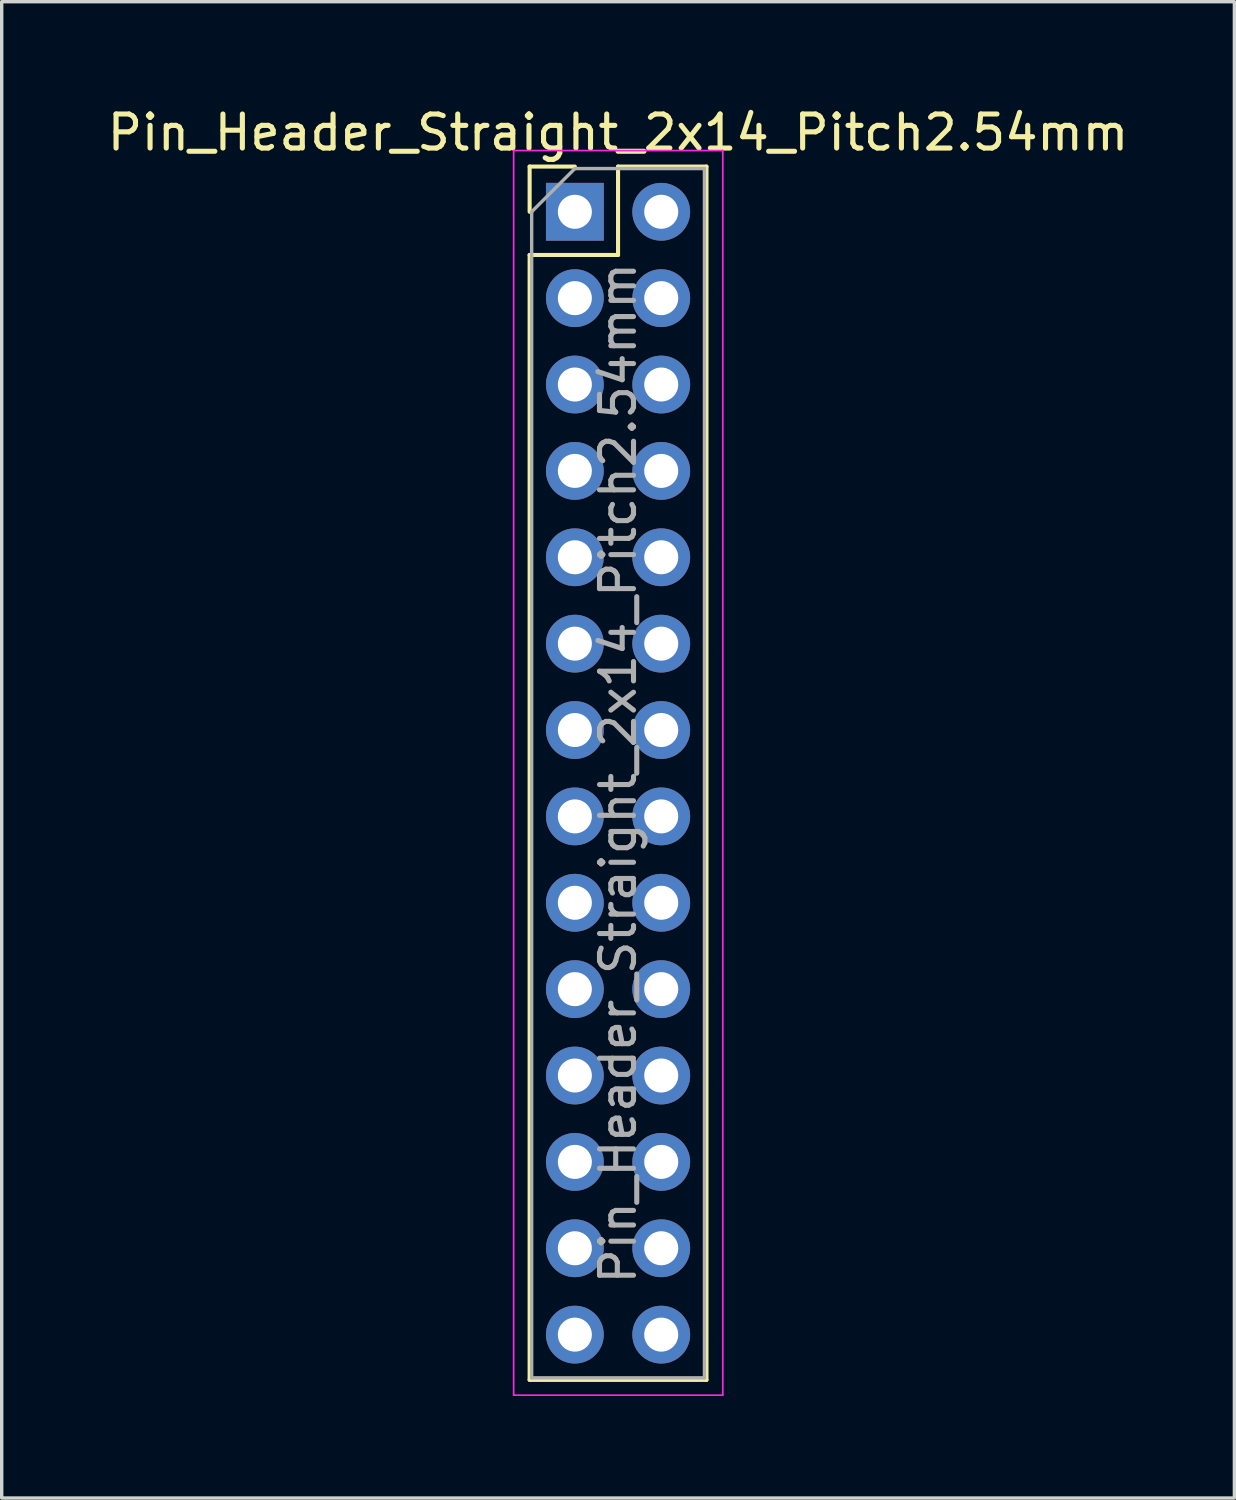
<source format=kicad_pcb>
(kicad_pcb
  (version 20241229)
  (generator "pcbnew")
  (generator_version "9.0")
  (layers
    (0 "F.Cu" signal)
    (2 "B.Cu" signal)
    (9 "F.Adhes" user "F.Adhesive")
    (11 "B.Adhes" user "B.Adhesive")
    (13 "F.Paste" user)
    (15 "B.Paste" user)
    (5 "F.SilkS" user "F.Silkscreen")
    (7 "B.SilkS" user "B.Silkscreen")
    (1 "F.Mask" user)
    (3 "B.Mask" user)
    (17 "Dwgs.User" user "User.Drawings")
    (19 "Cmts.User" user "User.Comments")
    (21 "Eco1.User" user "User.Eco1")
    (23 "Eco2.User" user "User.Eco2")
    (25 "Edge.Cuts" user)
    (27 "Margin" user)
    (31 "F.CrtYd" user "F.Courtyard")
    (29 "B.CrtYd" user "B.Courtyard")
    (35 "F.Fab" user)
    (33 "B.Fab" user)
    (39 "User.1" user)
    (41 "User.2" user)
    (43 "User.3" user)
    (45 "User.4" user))
  (footprint "Pin_Header_Straight_2x14_Pitch2.54mm"
    (layer "F.Cu")
    (at 13.855 3.178)
    (property "Reference" "Pin_Header_Straight_2x14_Pitch2.54mm" (at 1.27 -2.33 0) (layer "F.SilkS") (effects (font (size 1 1) (thickness 0.15))))
    (attr through_hole)
    (fp_line (start -1.33 -1.33) (end 0 -1.33) (stroke (width 0.12) (type solid)) (layer "F.SilkS"))
    (fp_line (start -1.33 0) (end -1.33 -1.33) (stroke (width 0.12) (type solid)) (layer "F.SilkS"))
    (fp_line (start -1.33 1.27) (end -1.33 34.35) (stroke (width 0.12) (type solid)) (layer "F.SilkS"))
    (fp_line (start -1.33 1.27) (end 1.27 1.27) (stroke (width 0.12) (type solid)) (layer "F.SilkS"))
    (fp_line (start -1.33 34.35) (end 3.87 34.35) (stroke (width 0.12) (type solid)) (layer "F.SilkS"))
    (fp_line (start 1.27 -1.33) (end 3.87 -1.33) (stroke (width 0.12) (type solid)) (layer "F.SilkS"))
    (fp_line (start 1.27 1.27) (end 1.27 -1.33) (stroke (width 0.12) (type solid)) (layer "F.SilkS"))
    (fp_line (start 3.87 -1.33) (end 3.87 34.35) (stroke (width 0.12) (type solid)) (layer "F.SilkS"))
    (fp_line (start -1.8 -1.8) (end -1.8 34.8) (stroke (width 0.05) (type solid)) (layer "F.CrtYd"))
    (fp_line (start -1.8 34.8) (end 4.35 34.8) (stroke (width 0.05) (type solid)) (layer "F.CrtYd"))
    (fp_line (start 4.35 -1.8) (end -1.8 -1.8) (stroke (width 0.05) (type solid)) (layer "F.CrtYd"))
    (fp_line (start 4.35 34.8) (end 4.35 -1.8) (stroke (width 0.05) (type solid)) (layer "F.CrtYd"))
    (fp_line (start -1.27 0) (end 0 -1.27) (stroke (width 0.1) (type solid)) (layer "F.Fab"))
    (fp_line (start -1.27 34.29) (end -1.27 0) (stroke (width 0.1) (type solid)) (layer "F.Fab"))
    (fp_line (start 0 -1.27) (end 3.81 -1.27) (stroke (width 0.1) (type solid)) (layer "F.Fab"))
    (fp_line (start 3.81 -1.27) (end 3.81 34.29) (stroke (width 0.1) (type solid)) (layer "F.Fab"))
    (fp_line (start 3.81 34.29) (end -1.27 34.29) (stroke (width 0.1) (type solid)) (layer "F.Fab"))
    (fp_text user "${REFERENCE}" (at 1.27 16.51 90) (layer "F.Fab") (effects (font (size 1 1) (thickness 0.15))))
    (pad "1" thru_hole rect (at 0 0) (size 1.7 1.7) (drill 1) (layers "*.Cu" "*.Mask"))
    (pad "2" thru_hole oval (at 2.54 0) (size 1.7 1.7) (drill 1) (layers "*.Cu" "*.Mask"))
    (pad "3" thru_hole oval (at 0 2.54) (size 1.7 1.7) (drill 1) (layers "*.Cu" "*.Mask"))
    (pad "4" thru_hole oval (at 2.54 2.54) (size 1.7 1.7) (drill 1) (layers "*.Cu" "*.Mask"))
    (pad "5" thru_hole oval (at 0 5.08) (size 1.7 1.7) (drill 1) (layers "*.Cu" "*.Mask"))
    (pad "6" thru_hole oval (at 2.54 5.08) (size 1.7 1.7) (drill 1) (layers "*.Cu" "*.Mask"))
    (pad "7" thru_hole oval (at 0 7.62) (size 1.7 1.7) (drill 1) (layers "*.Cu" "*.Mask"))
    (pad "8" thru_hole oval (at 2.54 7.62) (size 1.7 1.7) (drill 1) (layers "*.Cu" "*.Mask"))
    (pad "9" thru_hole oval (at 0 10.16) (size 1.7 1.7) (drill 1) (layers "*.Cu" "*.Mask"))
    (pad "10" thru_hole oval (at 2.54 10.16) (size 1.7 1.7) (drill 1) (layers "*.Cu" "*.Mask"))
    (pad "11" thru_hole oval (at 0 12.7) (size 1.7 1.7) (drill 1) (layers "*.Cu" "*.Mask"))
    (pad "12" thru_hole oval (at 2.54 12.7) (size 1.7 1.7) (drill 1) (layers "*.Cu" "*.Mask"))
    (pad "13" thru_hole oval (at 0 15.24) (size 1.7 1.7) (drill 1) (layers "*.Cu" "*.Mask"))
    (pad "14" thru_hole oval (at 2.54 15.24) (size 1.7 1.7) (drill 1) (layers "*.Cu" "*.Mask"))
    (pad "15" thru_hole oval (at 0 17.78) (size 1.7 1.7) (drill 1) (layers "*.Cu" "*.Mask"))
    (pad "16" thru_hole oval (at 2.54 17.78) (size 1.7 1.7) (drill 1) (layers "*.Cu" "*.Mask"))
    (pad "17" thru_hole oval (at 0 20.32) (size 1.7 1.7) (drill 1) (layers "*.Cu" "*.Mask"))
    (pad "18" thru_hole oval (at 2.54 20.32) (size 1.7 1.7) (drill 1) (layers "*.Cu" "*.Mask"))
    (pad "19" thru_hole oval (at 0 22.86) (size 1.7 1.7) (drill 1) (layers "*.Cu" "*.Mask"))
    (pad "20" thru_hole oval (at 2.54 22.86) (size 1.7 1.7) (drill 1) (layers "*.Cu" "*.Mask"))
    (pad "21" thru_hole oval (at 0 25.4) (size 1.7 1.7) (drill 1) (layers "*.Cu" "*.Mask"))
    (pad "22" thru_hole oval (at 2.54 25.4) (size 1.7 1.7) (drill 1) (layers "*.Cu" "*.Mask"))
    (pad "23" thru_hole oval (at 0 27.94) (size 1.7 1.7) (drill 1) (layers "*.Cu" "*.Mask"))
    (pad "24" thru_hole oval (at 2.54 27.94) (size 1.7 1.7) (drill 1) (layers "*.Cu" "*.Mask"))
    (pad "25" thru_hole oval (at 0 30.48) (size 1.7 1.7) (drill 1) (layers "*.Cu" "*.Mask"))
    (pad "26" thru_hole oval (at 2.54 30.48) (size 1.7 1.7) (drill 1) (layers "*.Cu" "*.Mask"))
    (pad "27" thru_hole oval (at 0 33.02) (size 1.7 1.7) (drill 1) (layers "*.Cu" "*.Mask"))
    (pad "28" thru_hole oval (at 2.54 33.02) (size 1.7 1.7) (drill 1) (layers "*.Cu" "*.Mask")))
  (gr_rect
    (start -3 -3)
    (end 33.25 41.003)
    (stroke (width 0.1) (type default))
    (fill no)
    (layer "Edge.Cuts")))
</source>
